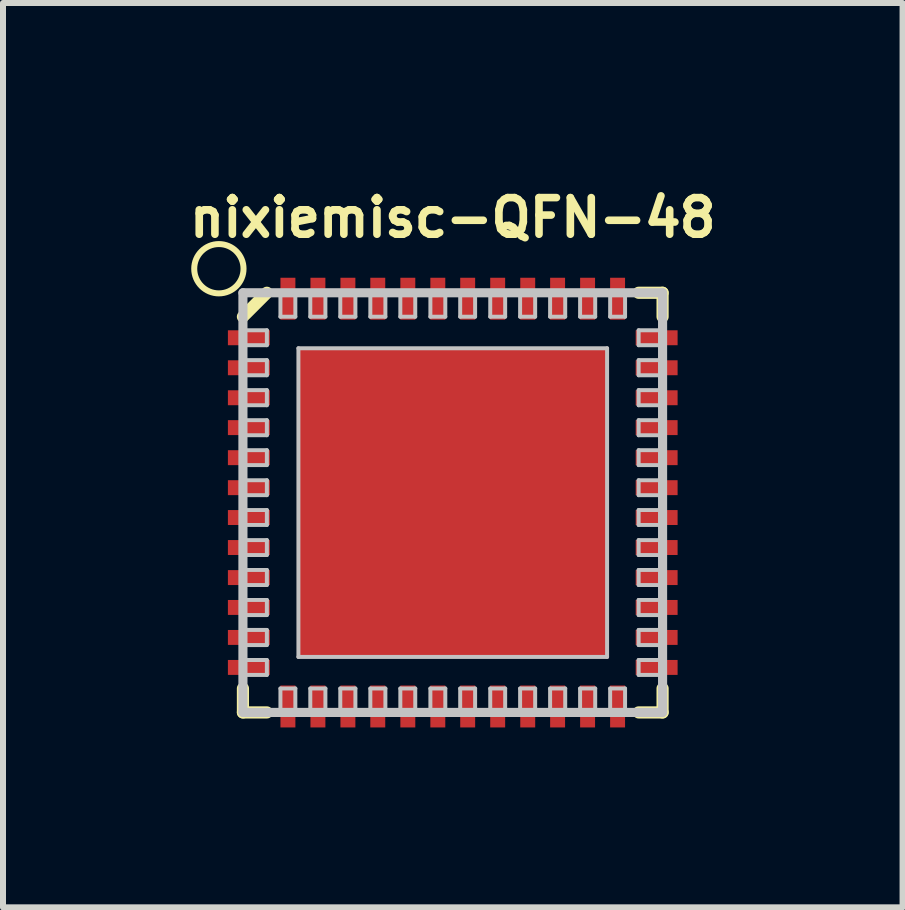
<source format=kicad_pcb>
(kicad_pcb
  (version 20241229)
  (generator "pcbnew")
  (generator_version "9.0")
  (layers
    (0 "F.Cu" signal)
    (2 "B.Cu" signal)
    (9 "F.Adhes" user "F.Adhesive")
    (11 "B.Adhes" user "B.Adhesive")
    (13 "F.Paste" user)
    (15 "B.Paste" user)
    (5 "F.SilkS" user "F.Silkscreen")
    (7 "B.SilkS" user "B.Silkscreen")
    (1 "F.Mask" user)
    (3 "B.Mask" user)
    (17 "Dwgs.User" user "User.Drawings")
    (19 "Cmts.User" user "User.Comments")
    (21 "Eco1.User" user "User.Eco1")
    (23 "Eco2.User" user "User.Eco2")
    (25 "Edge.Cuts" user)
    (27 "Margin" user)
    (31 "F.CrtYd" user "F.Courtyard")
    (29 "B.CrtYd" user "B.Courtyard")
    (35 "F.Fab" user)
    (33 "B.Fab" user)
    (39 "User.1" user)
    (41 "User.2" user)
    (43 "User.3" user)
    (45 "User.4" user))
  (footprint "nixiemisc-QFN-48"
    (layer "F.Cu")
    (at 4.498 5.329)
    (property "Reference" "nixiemisc-QFN-48" (at 0 -4.75 0) (layer "F.SilkS") (effects (font (size 0.61 0.61) (thickness 0.127))))
    (attr smd)
    (fp_line (start -3.498 -3.099) (end -3.099 -3.498) (stroke (width 0.203) (type solid)) (layer "F.SilkS"))
    (fp_line (start -3.498 3.498) (end -3.498 3.099) (stroke (width 0.203) (type solid)) (layer "F.SilkS"))
    (fp_line (start -3.099 3.498) (end -3.498 3.498) (stroke (width 0.203) (type solid)) (layer "F.SilkS"))
    (fp_line (start 3.099 -3.498) (end 3.498 -3.498) (stroke (width 0.203) (type solid)) (layer "F.SilkS"))
    (fp_line (start 3.498 -3.498) (end 3.498 -3.099) (stroke (width 0.203) (type solid)) (layer "F.SilkS"))
    (fp_line (start 3.498 3.099) (end 3.498 3.498) (stroke (width 0.203) (type solid)) (layer "F.SilkS"))
    (fp_line (start 3.498 3.498) (end 3.099 3.498) (stroke (width 0.203) (type solid)) (layer "F.SilkS"))
    (fp_circle (center -3.899 -3.899) (end -3.899 -4.31) (stroke (width 0.1) (type solid)) (fill no) (layer "F.SilkS"))
    (fp_line (start -3.498 -3.498) (end -3.498 3.498) (stroke (width 0.152) (type solid)) (layer "Dwgs.User"))
    (fp_line (start -3.498 -2.873) (end -3.099 -2.873) (stroke (width 0.066) (type solid)) (layer "Dwgs.User"))
    (fp_line (start -3.498 -2.624) (end -3.498 -2.873) (stroke (width 0.066) (type solid)) (layer "Dwgs.User"))
    (fp_line (start -3.498 -2.624) (end -3.099 -2.624) (stroke (width 0.066) (type solid)) (layer "Dwgs.User"))
    (fp_line (start -3.498 -2.375) (end -3.099 -2.375) (stroke (width 0.066) (type solid)) (layer "Dwgs.User"))
    (fp_line (start -3.498 -2.123) (end -3.498 -2.375) (stroke (width 0.066) (type solid)) (layer "Dwgs.User"))
    (fp_line (start -3.498 -2.123) (end -3.099 -2.123) (stroke (width 0.066) (type solid)) (layer "Dwgs.User"))
    (fp_line (start -3.498 -1.875) (end -3.099 -1.875) (stroke (width 0.066) (type solid)) (layer "Dwgs.User"))
    (fp_line (start -3.498 -1.623) (end -3.498 -1.875) (stroke (width 0.066) (type solid)) (layer "Dwgs.User"))
    (fp_line (start -3.498 -1.623) (end -3.099 -1.623) (stroke (width 0.066) (type solid)) (layer "Dwgs.User"))
    (fp_line (start -3.498 -1.374) (end -3.099 -1.374) (stroke (width 0.066) (type solid)) (layer "Dwgs.User"))
    (fp_line (start -3.498 -1.123) (end -3.498 -1.374) (stroke (width 0.066) (type solid)) (layer "Dwgs.User"))
    (fp_line (start -3.498 -1.123) (end -3.099 -1.123) (stroke (width 0.066) (type solid)) (layer "Dwgs.User"))
    (fp_line (start -3.498 -0.874) (end -3.099 -0.874) (stroke (width 0.066) (type solid)) (layer "Dwgs.User"))
    (fp_line (start -3.498 -0.625) (end -3.498 -0.874) (stroke (width 0.066) (type solid)) (layer "Dwgs.User"))
    (fp_line (start -3.498 -0.625) (end -3.099 -0.625) (stroke (width 0.066) (type solid)) (layer "Dwgs.User"))
    (fp_line (start -3.498 -0.373) (end -3.099 -0.373) (stroke (width 0.066) (type solid)) (layer "Dwgs.User"))
    (fp_line (start -3.498 -0.124) (end -3.498 -0.373) (stroke (width 0.066) (type solid)) (layer "Dwgs.User"))
    (fp_line (start -3.498 -0.124) (end -3.099 -0.124) (stroke (width 0.066) (type solid)) (layer "Dwgs.User"))
    (fp_line (start -3.498 0.124) (end -3.099 0.124) (stroke (width 0.066) (type solid)) (layer "Dwgs.User"))
    (fp_line (start -3.498 0.373) (end -3.498 0.124) (stroke (width 0.066) (type solid)) (layer "Dwgs.User"))
    (fp_line (start -3.498 0.373) (end -3.099 0.373) (stroke (width 0.066) (type solid)) (layer "Dwgs.User"))
    (fp_line (start -3.498 0.625) (end -3.099 0.625) (stroke (width 0.066) (type solid)) (layer "Dwgs.User"))
    (fp_line (start -3.498 0.874) (end -3.498 0.625) (stroke (width 0.066) (type solid)) (layer "Dwgs.User"))
    (fp_line (start -3.498 0.874) (end -3.099 0.874) (stroke (width 0.066) (type solid)) (layer "Dwgs.User"))
    (fp_line (start -3.498 1.123) (end -3.099 1.123) (stroke (width 0.066) (type solid)) (layer "Dwgs.User"))
    (fp_line (start -3.498 1.374) (end -3.498 1.123) (stroke (width 0.066) (type solid)) (layer "Dwgs.User"))
    (fp_line (start -3.498 1.374) (end -3.099 1.374) (stroke (width 0.066) (type solid)) (layer "Dwgs.User"))
    (fp_line (start -3.498 1.623) (end -3.099 1.623) (stroke (width 0.066) (type solid)) (layer "Dwgs.User"))
    (fp_line (start -3.498 1.875) (end -3.498 1.623) (stroke (width 0.066) (type solid)) (layer "Dwgs.User"))
    (fp_line (start -3.498 1.875) (end -3.099 1.875) (stroke (width 0.066) (type solid)) (layer "Dwgs.User"))
    (fp_line (start -3.498 2.123) (end -3.099 2.123) (stroke (width 0.066) (type solid)) (layer "Dwgs.User"))
    (fp_line (start -3.498 2.375) (end -3.498 2.123) (stroke (width 0.066) (type solid)) (layer "Dwgs.User"))
    (fp_line (start -3.498 2.375) (end -3.099 2.375) (stroke (width 0.066) (type solid)) (layer "Dwgs.User"))
    (fp_line (start -3.498 2.624) (end -3.099 2.624) (stroke (width 0.066) (type solid)) (layer "Dwgs.User"))
    (fp_line (start -3.498 2.873) (end -3.498 2.624) (stroke (width 0.066) (type solid)) (layer "Dwgs.User"))
    (fp_line (start -3.498 2.873) (end -3.099 2.873) (stroke (width 0.066) (type solid)) (layer "Dwgs.User"))
    (fp_line (start -3.498 3.498) (end 3.498 3.498) (stroke (width 0.152) (type solid)) (layer "Dwgs.User"))
    (fp_line (start -3.099 -2.624) (end -3.099 -2.873) (stroke (width 0.066) (type solid)) (layer "Dwgs.User"))
    (fp_line (start -3.099 -2.123) (end -3.099 -2.375) (stroke (width 0.066) (type solid)) (layer "Dwgs.User"))
    (fp_line (start -3.099 -1.623) (end -3.099 -1.875) (stroke (width 0.066) (type solid)) (layer "Dwgs.User"))
    (fp_line (start -3.099 -1.123) (end -3.099 -1.374) (stroke (width 0.066) (type solid)) (layer "Dwgs.User"))
    (fp_line (start -3.099 -0.625) (end -3.099 -0.874) (stroke (width 0.066) (type solid)) (layer "Dwgs.User"))
    (fp_line (start -3.099 -0.124) (end -3.099 -0.373) (stroke (width 0.066) (type solid)) (layer "Dwgs.User"))
    (fp_line (start -3.099 0.373) (end -3.099 0.124) (stroke (width 0.066) (type solid)) (layer "Dwgs.User"))
    (fp_line (start -3.099 0.874) (end -3.099 0.625) (stroke (width 0.066) (type solid)) (layer "Dwgs.User"))
    (fp_line (start -3.099 1.374) (end -3.099 1.123) (stroke (width 0.066) (type solid)) (layer "Dwgs.User"))
    (fp_line (start -3.099 1.875) (end -3.099 1.623) (stroke (width 0.066) (type solid)) (layer "Dwgs.User"))
    (fp_line (start -3.099 2.375) (end -3.099 2.123) (stroke (width 0.066) (type solid)) (layer "Dwgs.User"))
    (fp_line (start -3.099 2.873) (end -3.099 2.624) (stroke (width 0.066) (type solid)) (layer "Dwgs.User"))
    (fp_line (start -2.873 -3.498) (end -2.873 -3.099) (stroke (width 0.066) (type solid)) (layer "Dwgs.User"))
    (fp_line (start -2.873 -3.498) (end -2.624 -3.498) (stroke (width 0.066) (type solid)) (layer "Dwgs.User"))
    (fp_line (start -2.873 -3.099) (end -2.624 -3.099) (stroke (width 0.066) (type solid)) (layer "Dwgs.User"))
    (fp_line (start -2.873 3.498) (end -2.873 3.099) (stroke (width 0.066) (type solid)) (layer "Dwgs.User"))
    (fp_line (start -2.624 -3.498) (end -2.624 -3.099) (stroke (width 0.066) (type solid)) (layer "Dwgs.User"))
    (fp_line (start -2.624 3.099) (end -2.873 3.099) (stroke (width 0.066) (type solid)) (layer "Dwgs.User"))
    (fp_line (start -2.624 3.498) (end -2.873 3.498) (stroke (width 0.066) (type solid)) (layer "Dwgs.User"))
    (fp_line (start -2.624 3.498) (end -2.624 3.099) (stroke (width 0.066) (type solid)) (layer "Dwgs.User"))
    (fp_line (start -2.573 -2.573) (end 2.573 -2.573) (stroke (width 0.066) (type solid)) (layer "Dwgs.User"))
    (fp_line (start -2.573 2.573) (end -2.573 -2.573) (stroke (width 0.066) (type solid)) (layer "Dwgs.User"))
    (fp_line (start -2.573 2.573) (end 2.573 2.573) (stroke (width 0.066) (type solid)) (layer "Dwgs.User"))
    (fp_line (start -2.375 -3.498) (end -2.375 -3.099) (stroke (width 0.066) (type solid)) (layer "Dwgs.User"))
    (fp_line (start -2.375 -3.498) (end -2.123 -3.498) (stroke (width 0.066) (type solid)) (layer "Dwgs.User"))
    (fp_line (start -2.375 -3.099) (end -2.123 -3.099) (stroke (width 0.066) (type solid)) (layer "Dwgs.User"))
    (fp_line (start -2.375 3.498) (end -2.375 3.099) (stroke (width 0.066) (type solid)) (layer "Dwgs.User"))
    (fp_line (start -2.123 -3.498) (end -2.123 -3.099) (stroke (width 0.066) (type solid)) (layer "Dwgs.User"))
    (fp_line (start -2.123 3.099) (end -2.375 3.099) (stroke (width 0.066) (type solid)) (layer "Dwgs.User"))
    (fp_line (start -2.123 3.498) (end -2.375 3.498) (stroke (width 0.066) (type solid)) (layer "Dwgs.User"))
    (fp_line (start -2.123 3.498) (end -2.123 3.099) (stroke (width 0.066) (type solid)) (layer "Dwgs.User"))
    (fp_line (start -1.875 -3.498) (end -1.875 -3.099) (stroke (width 0.066) (type solid)) (layer "Dwgs.User"))
    (fp_line (start -1.875 -3.498) (end -1.623 -3.498) (stroke (width 0.066) (type solid)) (layer "Dwgs.User"))
    (fp_line (start -1.875 -3.099) (end -1.623 -3.099) (stroke (width 0.066) (type solid)) (layer "Dwgs.User"))
    (fp_line (start -1.875 3.498) (end -1.875 3.099) (stroke (width 0.066) (type solid)) (layer "Dwgs.User"))
    (fp_line (start -1.623 -3.498) (end -1.623 -3.099) (stroke (width 0.066) (type solid)) (layer "Dwgs.User"))
    (fp_line (start -1.623 3.099) (end -1.875 3.099) (stroke (width 0.066) (type solid)) (layer "Dwgs.User"))
    (fp_line (start -1.623 3.498) (end -1.875 3.498) (stroke (width 0.066) (type solid)) (layer "Dwgs.User"))
    (fp_line (start -1.623 3.498) (end -1.623 3.099) (stroke (width 0.066) (type solid)) (layer "Dwgs.User"))
    (fp_line (start -1.374 -3.498) (end -1.374 -3.099) (stroke (width 0.066) (type solid)) (layer "Dwgs.User"))
    (fp_line (start -1.374 -3.498) (end -1.123 -3.498) (stroke (width 0.066) (type solid)) (layer "Dwgs.User"))
    (fp_line (start -1.374 -3.099) (end -1.123 -3.099) (stroke (width 0.066) (type solid)) (layer "Dwgs.User"))
    (fp_line (start -1.374 3.498) (end -1.374 3.099) (stroke (width 0.066) (type solid)) (layer "Dwgs.User"))
    (fp_line (start -1.123 -3.498) (end -1.123 -3.099) (stroke (width 0.066) (type solid)) (layer "Dwgs.User"))
    (fp_line (start -1.123 3.099) (end -1.374 3.099) (stroke (width 0.066) (type solid)) (layer "Dwgs.User"))
    (fp_line (start -1.123 3.498) (end -1.374 3.498) (stroke (width 0.066) (type solid)) (layer "Dwgs.User"))
    (fp_line (start -1.123 3.498) (end -1.123 3.099) (stroke (width 0.066) (type solid)) (layer "Dwgs.User"))
    (fp_line (start -0.874 -3.498) (end -0.874 -3.099) (stroke (width 0.066) (type solid)) (layer "Dwgs.User"))
    (fp_line (start -0.874 -3.498) (end -0.625 -3.498) (stroke (width 0.066) (type solid)) (layer "Dwgs.User"))
    (fp_line (start -0.874 -3.099) (end -0.625 -3.099) (stroke (width 0.066) (type solid)) (layer "Dwgs.User"))
    (fp_line (start -0.874 3.498) (end -0.874 3.099) (stroke (width 0.066) (type solid)) (layer "Dwgs.User"))
    (fp_line (start -0.625 -3.498) (end -0.625 -3.099) (stroke (width 0.066) (type solid)) (layer "Dwgs.User"))
    (fp_line (start -0.625 3.099) (end -0.874 3.099) (stroke (width 0.066) (type solid)) (layer "Dwgs.User"))
    (fp_line (start -0.625 3.498) (end -0.874 3.498) (stroke (width 0.066) (type solid)) (layer "Dwgs.User"))
    (fp_line (start -0.625 3.498) (end -0.625 3.099) (stroke (width 0.066) (type solid)) (layer "Dwgs.User"))
    (fp_line (start -0.373 -3.498) (end -0.373 -3.099) (stroke (width 0.066) (type solid)) (layer "Dwgs.User"))
    (fp_line (start -0.373 -3.498) (end -0.124 -3.498) (stroke (width 0.066) (type solid)) (layer "Dwgs.User"))
    (fp_line (start -0.373 -3.099) (end -0.124 -3.099) (stroke (width 0.066) (type solid)) (layer "Dwgs.User"))
    (fp_line (start -0.373 3.498) (end -0.373 3.099) (stroke (width 0.066) (type solid)) (layer "Dwgs.User"))
    (fp_line (start -0.124 -3.498) (end -0.124 -3.099) (stroke (width 0.066) (type solid)) (layer "Dwgs.User"))
    (fp_line (start -0.124 3.099) (end -0.373 3.099) (stroke (width 0.066) (type solid)) (layer "Dwgs.User"))
    (fp_line (start -0.124 3.498) (end -0.373 3.498) (stroke (width 0.066) (type solid)) (layer "Dwgs.User"))
    (fp_line (start -0.124 3.498) (end -0.124 3.099) (stroke (width 0.066) (type solid)) (layer "Dwgs.User"))
    (fp_line (start 0.124 -3.498) (end 0.124 -3.099) (stroke (width 0.066) (type solid)) (layer "Dwgs.User"))
    (fp_line (start 0.124 -3.498) (end 0.373 -3.498) (stroke (width 0.066) (type solid)) (layer "Dwgs.User"))
    (fp_line (start 0.124 -3.099) (end 0.373 -3.099) (stroke (width 0.066) (type solid)) (layer "Dwgs.User"))
    (fp_line (start 0.124 3.498) (end 0.124 3.099) (stroke (width 0.066) (type solid)) (layer "Dwgs.User"))
    (fp_line (start 0.373 -3.498) (end 0.373 -3.099) (stroke (width 0.066) (type solid)) (layer "Dwgs.User"))
    (fp_line (start 0.373 3.099) (end 0.124 3.099) (stroke (width 0.066) (type solid)) (layer "Dwgs.User"))
    (fp_line (start 0.373 3.498) (end 0.124 3.498) (stroke (width 0.066) (type solid)) (layer "Dwgs.User"))
    (fp_line (start 0.373 3.498) (end 0.373 3.099) (stroke (width 0.066) (type solid)) (layer "Dwgs.User"))
    (fp_line (start 0.625 -3.498) (end 0.625 -3.099) (stroke (width 0.066) (type solid)) (layer "Dwgs.User"))
    (fp_line (start 0.625 -3.498) (end 0.874 -3.498) (stroke (width 0.066) (type solid)) (layer "Dwgs.User"))
    (fp_line (start 0.625 -3.099) (end 0.874 -3.099) (stroke (width 0.066) (type solid)) (layer "Dwgs.User"))
    (fp_line (start 0.625 3.498) (end 0.625 3.099) (stroke (width 0.066) (type solid)) (layer "Dwgs.User"))
    (fp_line (start 0.874 -3.498) (end 0.874 -3.099) (stroke (width 0.066) (type solid)) (layer "Dwgs.User"))
    (fp_line (start 0.874 3.099) (end 0.625 3.099) (stroke (width 0.066) (type solid)) (layer "Dwgs.User"))
    (fp_line (start 0.874 3.498) (end 0.625 3.498) (stroke (width 0.066) (type solid)) (layer "Dwgs.User"))
    (fp_line (start 0.874 3.498) (end 0.874 3.099) (stroke (width 0.066) (type solid)) (layer "Dwgs.User"))
    (fp_line (start 1.123 -3.498) (end 1.123 -3.099) (stroke (width 0.066) (type solid)) (layer "Dwgs.User"))
    (fp_line (start 1.123 -3.498) (end 1.374 -3.498) (stroke (width 0.066) (type solid)) (layer "Dwgs.User"))
    (fp_line (start 1.123 -3.099) (end 1.374 -3.099) (stroke (width 0.066) (type solid)) (layer "Dwgs.User"))
    (fp_line (start 1.123 3.498) (end 1.123 3.099) (stroke (width 0.066) (type solid)) (layer "Dwgs.User"))
    (fp_line (start 1.374 -3.498) (end 1.374 -3.099) (stroke (width 0.066) (type solid)) (layer "Dwgs.User"))
    (fp_line (start 1.374 3.099) (end 1.123 3.099) (stroke (width 0.066) (type solid)) (layer "Dwgs.User"))
    (fp_line (start 1.374 3.498) (end 1.123 3.498) (stroke (width 0.066) (type solid)) (layer "Dwgs.User"))
    (fp_line (start 1.374 3.498) (end 1.374 3.099) (stroke (width 0.066) (type solid)) (layer "Dwgs.User"))
    (fp_line (start 1.623 -3.498) (end 1.623 -3.099) (stroke (width 0.066) (type solid)) (layer "Dwgs.User"))
    (fp_line (start 1.623 -3.498) (end 1.875 -3.498) (stroke (width 0.066) (type solid)) (layer "Dwgs.User"))
    (fp_line (start 1.623 -3.099) (end 1.875 -3.099) (stroke (width 0.066) (type solid)) (layer "Dwgs.User"))
    (fp_line (start 1.623 3.498) (end 1.623 3.099) (stroke (width 0.066) (type solid)) (layer "Dwgs.User"))
    (fp_line (start 1.875 -3.498) (end 1.875 -3.099) (stroke (width 0.066) (type solid)) (layer "Dwgs.User"))
    (fp_line (start 1.875 3.099) (end 1.623 3.099) (stroke (width 0.066) (type solid)) (layer "Dwgs.User"))
    (fp_line (start 1.875 3.498) (end 1.623 3.498) (stroke (width 0.066) (type solid)) (layer "Dwgs.User"))
    (fp_line (start 1.875 3.498) (end 1.875 3.099) (stroke (width 0.066) (type solid)) (layer "Dwgs.User"))
    (fp_line (start 2.123 -3.498) (end 2.123 -3.099) (stroke (width 0.066) (type solid)) (layer "Dwgs.User"))
    (fp_line (start 2.123 -3.498) (end 2.375 -3.498) (stroke (width 0.066) (type solid)) (layer "Dwgs.User"))
    (fp_line (start 2.123 -3.099) (end 2.375 -3.099) (stroke (width 0.066) (type solid)) (layer "Dwgs.User"))
    (fp_line (start 2.123 3.498) (end 2.123 3.099) (stroke (width 0.066) (type solid)) (layer "Dwgs.User"))
    (fp_line (start 2.375 -3.498) (end 2.375 -3.099) (stroke (width 0.066) (type solid)) (layer "Dwgs.User"))
    (fp_line (start 2.375 3.099) (end 2.123 3.099) (stroke (width 0.066) (type solid)) (layer "Dwgs.User"))
    (fp_line (start 2.375 3.498) (end 2.123 3.498) (stroke (width 0.066) (type solid)) (layer "Dwgs.User"))
    (fp_line (start 2.375 3.498) (end 2.375 3.099) (stroke (width 0.066) (type solid)) (layer "Dwgs.User"))
    (fp_line (start 2.573 2.573) (end 2.573 -2.573) (stroke (width 0.066) (type solid)) (layer "Dwgs.User"))
    (fp_line (start 2.624 -3.498) (end 2.624 -3.099) (stroke (width 0.066) (type solid)) (layer "Dwgs.User"))
    (fp_line (start 2.624 -3.498) (end 2.873 -3.498) (stroke (width 0.066) (type solid)) (layer "Dwgs.User"))
    (fp_line (start 2.624 -3.099) (end 2.873 -3.099) (stroke (width 0.066) (type solid)) (layer "Dwgs.User"))
    (fp_line (start 2.624 3.498) (end 2.624 3.099) (stroke (width 0.066) (type solid)) (layer "Dwgs.User"))
    (fp_line (start 2.873 -3.498) (end 2.873 -3.099) (stroke (width 0.066) (type solid)) (layer "Dwgs.User"))
    (fp_line (start 2.873 3.099) (end 2.624 3.099) (stroke (width 0.066) (type solid)) (layer "Dwgs.User"))
    (fp_line (start 2.873 3.498) (end 2.624 3.498) (stroke (width 0.066) (type solid)) (layer "Dwgs.User"))
    (fp_line (start 2.873 3.498) (end 2.873 3.099) (stroke (width 0.066) (type solid)) (layer "Dwgs.User"))
    (fp_line (start 3.099 -2.873) (end 3.099 -2.624) (stroke (width 0.066) (type solid)) (layer "Dwgs.User"))
    (fp_line (start 3.099 -2.375) (end 3.099 -2.123) (stroke (width 0.066) (type solid)) (layer "Dwgs.User"))
    (fp_line (start 3.099 -1.875) (end 3.099 -1.623) (stroke (width 0.066) (type solid)) (layer "Dwgs.User"))
    (fp_line (start 3.099 -1.374) (end 3.099 -1.123) (stroke (width 0.066) (type solid)) (layer "Dwgs.User"))
    (fp_line (start 3.099 -0.874) (end 3.099 -0.625) (stroke (width 0.066) (type solid)) (layer "Dwgs.User"))
    (fp_line (start 3.099 -0.373) (end 3.099 -0.124) (stroke (width 0.066) (type solid)) (layer "Dwgs.User"))
    (fp_line (start 3.099 0.124) (end 3.099 0.373) (stroke (width 0.066) (type solid)) (layer "Dwgs.User"))
    (fp_line (start 3.099 0.625) (end 3.099 0.874) (stroke (width 0.066) (type solid)) (layer "Dwgs.User"))
    (fp_line (start 3.099 1.123) (end 3.099 1.374) (stroke (width 0.066) (type solid)) (layer "Dwgs.User"))
    (fp_line (start 3.099 1.623) (end 3.099 1.875) (stroke (width 0.066) (type solid)) (layer "Dwgs.User"))
    (fp_line (start 3.099 2.123) (end 3.099 2.375) (stroke (width 0.066) (type solid)) (layer "Dwgs.User"))
    (fp_line (start 3.099 2.624) (end 3.099 2.873) (stroke (width 0.066) (type solid)) (layer "Dwgs.User"))
    (fp_line (start 3.498 -3.498) (end -3.498 -3.498) (stroke (width 0.152) (type solid)) (layer "Dwgs.User"))
    (fp_line (start 3.498 -2.873) (end 3.099 -2.873) (stroke (width 0.066) (type solid)) (layer "Dwgs.User"))
    (fp_line (start 3.498 -2.873) (end 3.498 -2.624) (stroke (width 0.066) (type solid)) (layer "Dwgs.User"))
    (fp_line (start 3.498 -2.624) (end 3.099 -2.624) (stroke (width 0.066) (type solid)) (layer "Dwgs.User"))
    (fp_line (start 3.498 -2.375) (end 3.099 -2.375) (stroke (width 0.066) (type solid)) (layer "Dwgs.User"))
    (fp_line (start 3.498 -2.375) (end 3.498 -2.123) (stroke (width 0.066) (type solid)) (layer "Dwgs.User"))
    (fp_line (start 3.498 -2.123) (end 3.099 -2.123) (stroke (width 0.066) (type solid)) (layer "Dwgs.User"))
    (fp_line (start 3.498 -1.875) (end 3.099 -1.875) (stroke (width 0.066) (type solid)) (layer "Dwgs.User"))
    (fp_line (start 3.498 -1.875) (end 3.498 -1.623) (stroke (width 0.066) (type solid)) (layer "Dwgs.User"))
    (fp_line (start 3.498 -1.623) (end 3.099 -1.623) (stroke (width 0.066) (type solid)) (layer "Dwgs.User"))
    (fp_line (start 3.498 -1.374) (end 3.099 -1.374) (stroke (width 0.066) (type solid)) (layer "Dwgs.User"))
    (fp_line (start 3.498 -1.374) (end 3.498 -1.123) (stroke (width 0.066) (type solid)) (layer "Dwgs.User"))
    (fp_line (start 3.498 -1.123) (end 3.099 -1.123) (stroke (width 0.066) (type solid)) (layer "Dwgs.User"))
    (fp_line (start 3.498 -0.874) (end 3.099 -0.874) (stroke (width 0.066) (type solid)) (layer "Dwgs.User"))
    (fp_line (start 3.498 -0.874) (end 3.498 -0.625) (stroke (width 0.066) (type solid)) (layer "Dwgs.User"))
    (fp_line (start 3.498 -0.625) (end 3.099 -0.625) (stroke (width 0.066) (type solid)) (layer "Dwgs.User"))
    (fp_line (start 3.498 -0.373) (end 3.099 -0.373) (stroke (width 0.066) (type solid)) (layer "Dwgs.User"))
    (fp_line (start 3.498 -0.373) (end 3.498 -0.124) (stroke (width 0.066) (type solid)) (layer "Dwgs.User"))
    (fp_line (start 3.498 -0.124) (end 3.099 -0.124) (stroke (width 0.066) (type solid)) (layer "Dwgs.User"))
    (fp_line (start 3.498 0.124) (end 3.099 0.124) (stroke (width 0.066) (type solid)) (layer "Dwgs.User"))
    (fp_line (start 3.498 0.124) (end 3.498 0.373) (stroke (width 0.066) (type solid)) (layer "Dwgs.User"))
    (fp_line (start 3.498 0.373) (end 3.099 0.373) (stroke (width 0.066) (type solid)) (layer "Dwgs.User"))
    (fp_line (start 3.498 0.625) (end 3.099 0.625) (stroke (width 0.066) (type solid)) (layer "Dwgs.User"))
    (fp_line (start 3.498 0.625) (end 3.498 0.874) (stroke (width 0.066) (type solid)) (layer "Dwgs.User"))
    (fp_line (start 3.498 0.874) (end 3.099 0.874) (stroke (width 0.066) (type solid)) (layer "Dwgs.User"))
    (fp_line (start 3.498 1.123) (end 3.099 1.123) (stroke (width 0.066) (type solid)) (layer "Dwgs.User"))
    (fp_line (start 3.498 1.123) (end 3.498 1.374) (stroke (width 0.066) (type solid)) (layer "Dwgs.User"))
    (fp_line (start 3.498 1.374) (end 3.099 1.374) (stroke (width 0.066) (type solid)) (layer "Dwgs.User"))
    (fp_line (start 3.498 1.623) (end 3.099 1.623) (stroke (width 0.066) (type solid)) (layer "Dwgs.User"))
    (fp_line (start 3.498 1.623) (end 3.498 1.875) (stroke (width 0.066) (type solid)) (layer "Dwgs.User"))
    (fp_line (start 3.498 1.875) (end 3.099 1.875) (stroke (width 0.066) (type solid)) (layer "Dwgs.User"))
    (fp_line (start 3.498 2.123) (end 3.099 2.123) (stroke (width 0.066) (type solid)) (layer "Dwgs.User"))
    (fp_line (start 3.498 2.123) (end 3.498 2.375) (stroke (width 0.066) (type solid)) (layer "Dwgs.User"))
    (fp_line (start 3.498 2.375) (end 3.099 2.375) (stroke (width 0.066) (type solid)) (layer "Dwgs.User"))
    (fp_line (start 3.498 2.624) (end 3.099 2.624) (stroke (width 0.066) (type solid)) (layer "Dwgs.User"))
    (fp_line (start 3.498 2.624) (end 3.498 2.873) (stroke (width 0.066) (type solid)) (layer "Dwgs.User"))
    (fp_line (start 3.498 2.873) (end 3.099 2.873) (stroke (width 0.066) (type solid)) (layer "Dwgs.User"))
    (fp_line (start 3.498 3.498) (end 3.498 -3.498) (stroke (width 0.152) (type solid)) (layer "Dwgs.User"))
    (pad "1" smd rect (at -3.399 -2.748) (size 0.699 0.249) (layers "F.Cu" "F.Mask" "F.Paste"))
    (pad "2" smd rect (at -3.399 -2.248) (size 0.699 0.249) (layers "F.Cu" "F.Mask" "F.Paste"))
    (pad "3" smd rect (at -3.399 -1.748) (size 0.699 0.249) (layers "F.Cu" "F.Mask" "F.Paste"))
    (pad "4" smd rect (at -3.399 -1.25) (size 0.699 0.249) (layers "F.Cu" "F.Mask" "F.Paste"))
    (pad "5" smd rect (at -3.399 -0.749) (size 0.699 0.249) (layers "F.Cu" "F.Mask" "F.Paste"))
    (pad "6" smd rect (at -3.399 -0.249) (size 0.699 0.249) (layers "F.Cu" "F.Mask" "F.Paste"))
    (pad "7" smd rect (at -3.399 0.249) (size 0.699 0.249) (layers "F.Cu" "F.Mask" "F.Paste"))
    (pad "8" smd rect (at -3.399 0.749) (size 0.699 0.249) (layers "F.Cu" "F.Mask" "F.Paste"))
    (pad "9" smd rect (at -3.399 1.25) (size 0.699 0.249) (layers "F.Cu" "F.Mask" "F.Paste"))
    (pad "10" smd rect (at -3.399 1.748) (size 0.699 0.249) (layers "F.Cu" "F.Mask" "F.Paste"))
    (pad "11" smd rect (at -3.399 2.248) (size 0.699 0.249) (layers "F.Cu" "F.Mask" "F.Paste"))
    (pad "12" smd rect (at -3.399 2.748) (size 0.699 0.249) (layers "F.Cu" "F.Mask" "F.Paste"))
    (pad "13" smd rect (at -2.748 3.399 90) (size 0.699 0.249) (layers "F.Cu" "F.Mask" "F.Paste"))
    (pad "14" smd rect (at -2.248 3.399 90) (size 0.699 0.249) (layers "F.Cu" "F.Mask" "F.Paste"))
    (pad "15" smd rect (at -1.748 3.399 90) (size 0.699 0.249) (layers "F.Cu" "F.Mask" "F.Paste"))
    (pad "16" smd rect (at -1.25 3.399 90) (size 0.699 0.249) (layers "F.Cu" "F.Mask" "F.Paste"))
    (pad "17" smd rect (at -0.749 3.399 90) (size 0.699 0.249) (layers "F.Cu" "F.Mask" "F.Paste"))
    (pad "18" smd rect (at -0.249 3.399 90) (size 0.699 0.249) (layers "F.Cu" "F.Mask" "F.Paste"))
    (pad "19" smd rect (at 0.249 3.399 90) (size 0.699 0.249) (layers "F.Cu" "F.Mask" "F.Paste"))
    (pad "20" smd rect (at 0.749 3.399 90) (size 0.699 0.249) (layers "F.Cu" "F.Mask" "F.Paste"))
    (pad "21" smd rect (at 1.25 3.399 90) (size 0.699 0.249) (layers "F.Cu" "F.Mask" "F.Paste"))
    (pad "22" smd rect (at 1.748 3.399 90) (size 0.699 0.249) (layers "F.Cu" "F.Mask" "F.Paste"))
    (pad "23" smd rect (at 2.248 3.399 90) (size 0.699 0.249) (layers "F.Cu" "F.Mask" "F.Paste"))
    (pad "24" smd rect (at 2.748 3.399 90) (size 0.699 0.249) (layers "F.Cu" "F.Mask" "F.Paste"))
    (pad "25" smd rect (at 3.399 2.748 180) (size 0.699 0.249) (layers "F.Cu" "F.Mask" "F.Paste"))
    (pad "26" smd rect (at 3.399 2.248 180) (size 0.699 0.249) (layers "F.Cu" "F.Mask" "F.Paste"))
    (pad "27" smd rect (at 3.399 1.748 180) (size 0.699 0.249) (layers "F.Cu" "F.Mask" "F.Paste"))
    (pad "28" smd rect (at 3.399 1.25 180) (size 0.699 0.249) (layers "F.Cu" "F.Mask" "F.Paste"))
    (pad "29" smd rect (at 3.399 0.749 180) (size 0.699 0.249) (layers "F.Cu" "F.Mask" "F.Paste"))
    (pad "30" smd rect (at 3.399 0.249 180) (size 0.699 0.249) (layers "F.Cu" "F.Mask" "F.Paste"))
    (pad "31" smd rect (at 3.399 -0.249 180) (size 0.699 0.249) (layers "F.Cu" "F.Mask" "F.Paste"))
    (pad "32" smd rect (at 3.399 -0.749 180) (size 0.699 0.249) (layers "F.Cu" "F.Mask" "F.Paste"))
    (pad "33" smd rect (at 3.399 -1.25 180) (size 0.699 0.249) (layers "F.Cu" "F.Mask" "F.Paste"))
    (pad "34" smd rect (at 3.399 -1.748 180) (size 0.699 0.249) (layers "F.Cu" "F.Mask" "F.Paste"))
    (pad "35" smd rect (at 3.399 -2.248 180) (size 0.699 0.249) (layers "F.Cu" "F.Mask" "F.Paste"))
    (pad "36" smd rect (at 3.399 -2.748 180) (size 0.699 0.249) (layers "F.Cu" "F.Mask" "F.Paste"))
    (pad "37" smd rect (at 2.748 -3.399 270) (size 0.699 0.249) (layers "F.Cu" "F.Mask" "F.Paste"))
    (pad "38" smd rect (at 2.248 -3.399 270) (size 0.699 0.249) (layers "F.Cu" "F.Mask" "F.Paste"))
    (pad "39" smd rect (at 1.748 -3.399 270) (size 0.699 0.249) (layers "F.Cu" "F.Mask" "F.Paste"))
    (pad "40" smd rect (at 1.25 -3.399 270) (size 0.699 0.249) (layers "F.Cu" "F.Mask" "F.Paste"))
    (pad "41" smd rect (at 0.749 -3.399 270) (size 0.699 0.249) (layers "F.Cu" "F.Mask" "F.Paste"))
    (pad "42" smd rect (at 0.249 -3.399 270) (size 0.699 0.249) (layers "F.Cu" "F.Mask" "F.Paste"))
    (pad "43" smd rect (at -0.249 -3.399 270) (size 0.699 0.249) (layers "F.Cu" "F.Mask" "F.Paste"))
    (pad "44" smd rect (at -0.749 -3.399 270) (size 0.699 0.249) (layers "F.Cu" "F.Mask" "F.Paste"))
    (pad "45" smd rect (at -1.25 -3.399 270) (size 0.699 0.249) (layers "F.Cu" "F.Mask" "F.Paste"))
    (pad "46" smd rect (at -1.748 -3.399 270) (size 0.699 0.249) (layers "F.Cu" "F.Mask" "F.Paste"))
    (pad "47" smd rect (at -2.248 -3.399 270) (size 0.699 0.249) (layers "F.Cu" "F.Mask" "F.Paste"))
    (pad "48" smd rect (at -2.748 -3.399 270) (size 0.699 0.249) (layers "F.Cu" "F.Mask" "F.Paste"))
    (pad "49" smd rect (at 0 0) (size 5.149 5.149) (layers "F.Cu" "F.Mask" "F.Paste")))
  (gr_rect
    (start -3 -3)
    (end 11.997 12.077)
    (stroke (width 0.1) (type default))
    (fill no)
    (layer "Edge.Cuts")))
</source>
